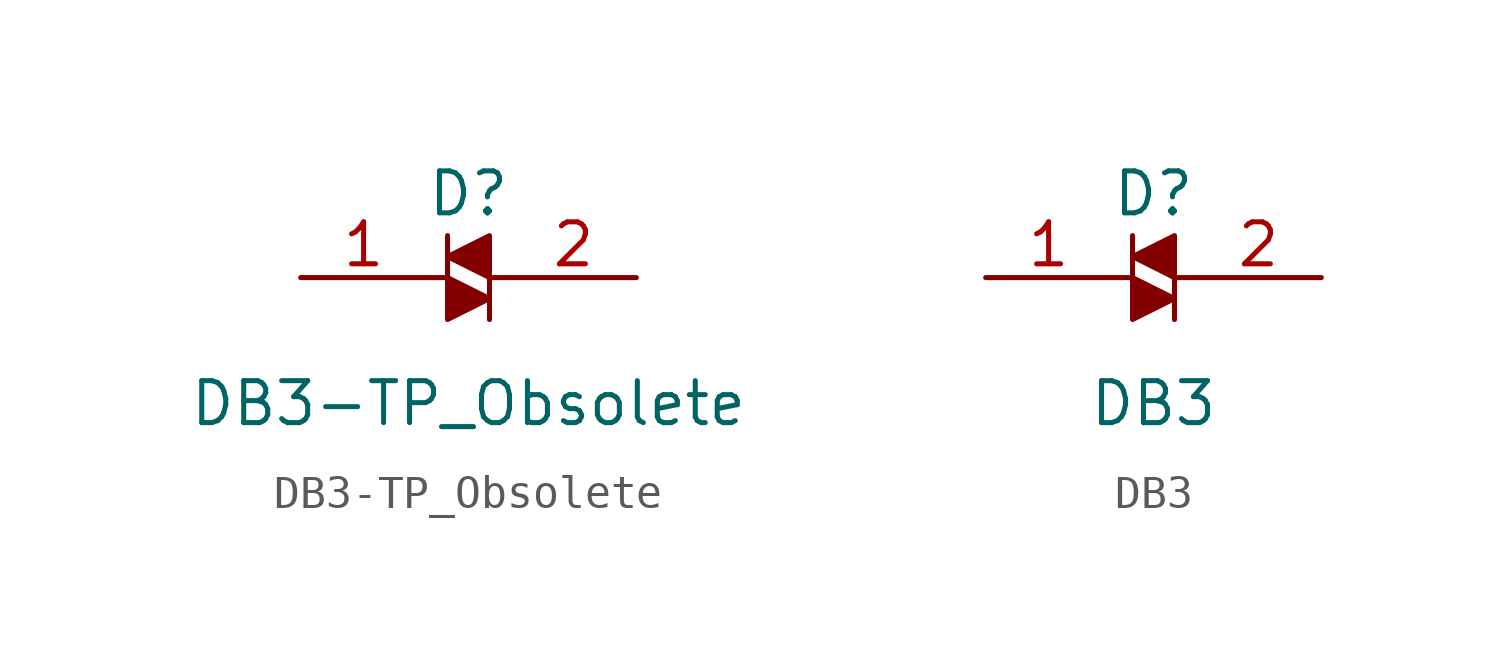
<source format=kicad_sym>
(kicad_symbol_lib
  (version 20201005)
  (generator kicad_symbol_editor)
  (symbol "DB3-TP_Obsolete"
    (pin_names
      (offset 0))
    (property "Reference" "D"
      (at 0 2.54 0)
      (effects (font (size 1.27 1.27))))
    (property "Value" "DB3-TP_Obsolete"
      (at 0 -3.81 0)
      (effects (font (size 1.27 1.27))))
    (symbol "DB3-TP_Obsolete_0_1"
      (polyline (pts (xy -0.635 0) (xy -1.27 0)) (stroke (width 0)) (fill (type none)))
      (polyline (pts (xy -0.635 1.27) (xy -0.635 0)) (stroke (width 0)) (fill (type none)))
      (polyline (pts (xy 0.635 -1.27) (xy 0.635 0)) (stroke (width 0)) (fill (type none)))
      (polyline (pts (xy 1.27 0) (xy 0.635 0)) (stroke (width 0)) (fill (type none)))
      (polyline (pts (xy -0.635 0) (xy -0.635 -1.27) (xy 0.635 -0.635) (xy -0.635 0)) (stroke (width 0)) (fill (type outline)))
      (polyline (pts (xy -0.635 0.635) (xy 0.635 0) (xy 0.635 1.27) (xy -0.635 0.635)) (stroke (width 0)) (fill (type outline))))
    (symbol "DB3-TP_Obsolete_1_1"
      (pin passive line (at -5.08 0 0) (length 3.81) (name "~" (effects (font (size 1.27 1.27)))) (number "1" (effects (font (size 1.27 1.27)))))
      (pin passive line (at 5.08 0 180) (length 3.81) (name "~" (effects (font (size 1.27 1.27)))) (number "2" (effects (font (size 1.27 1.27)))))))
  (symbol "DB3"
    (pin_names
      (offset 0))
    (property "Reference" "D"
      (at 0 2.54 0)
      (effects (font (size 1.27 1.27))))
    (property "Value" "DB3"
      (at 0 -3.81 0)
      (effects (font (size 1.27 1.27))))
    (symbol "DB3_0_1"
      (polyline (pts (xy -0.635 0) (xy -1.27 0)) (stroke (width 0)) (fill (type none)))
      (polyline (pts (xy -0.635 1.27) (xy -0.635 0)) (stroke (width 0)) (fill (type none)))
      (polyline (pts (xy 0.635 -1.27) (xy 0.635 0)) (stroke (width 0)) (fill (type none)))
      (polyline (pts (xy 1.27 0) (xy 0.635 0)) (stroke (width 0)) (fill (type none)))
      (polyline (pts (xy -0.635 0) (xy -0.635 -1.27) (xy 0.635 -0.635) (xy -0.635 0)) (stroke (width 0)) (fill (type outline)))
      (polyline (pts (xy -0.635 0.635) (xy 0.635 0) (xy 0.635 1.27) (xy -0.635 0.635)) (stroke (width 0)) (fill (type outline))))
    (symbol "DB3_1_1"
      (pin passive line (at -5.08 0 0) (length 3.81) (name "~" (effects (font (size 1.27 1.27)))) (number "1" (effects (font (size 1.27 1.27)))))
      (pin passive line (at 5.08 0 180) (length 3.81) (name "~" (effects (font (size 1.27 1.27)))) (number "2" (effects (font (size 1.27 1.27))))))))
</source>
